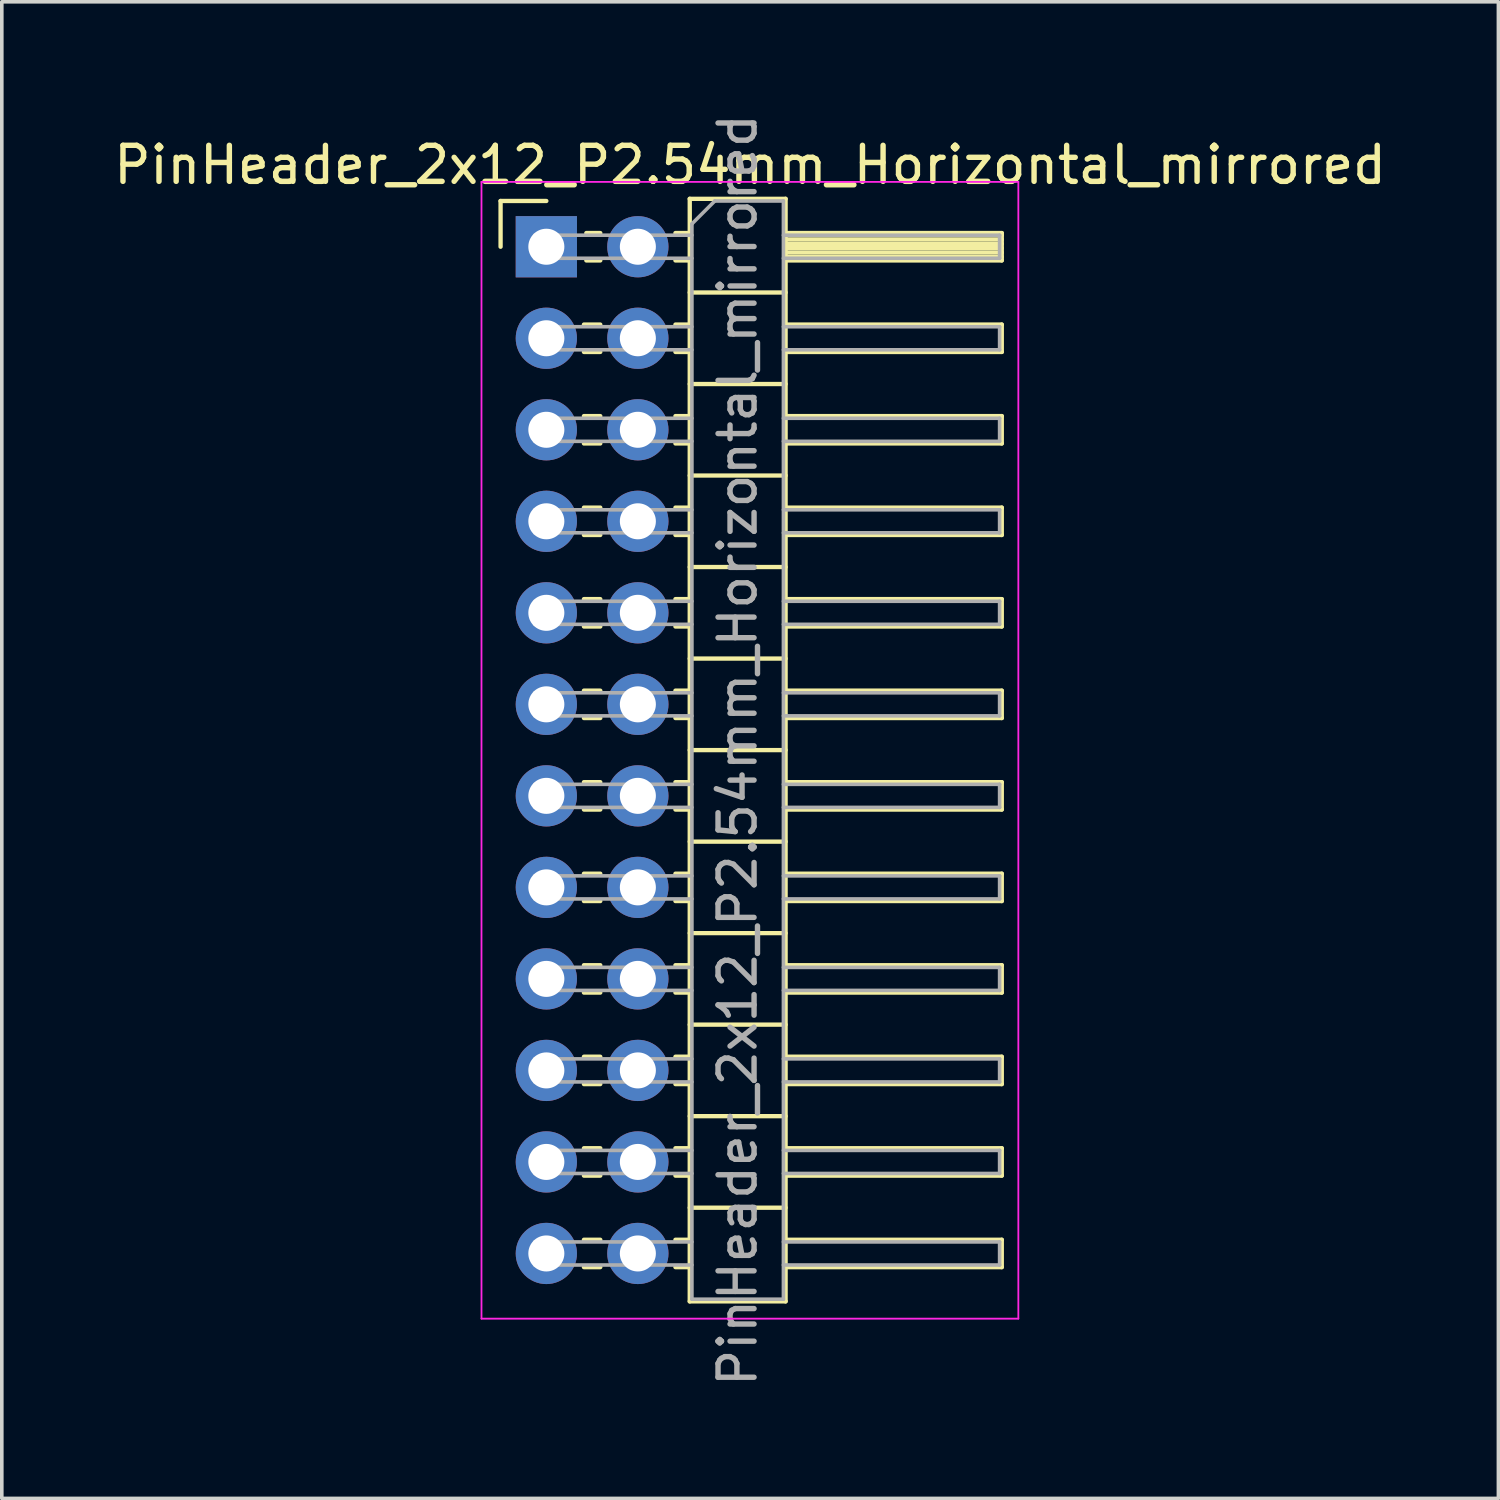
<source format=kicad_pcb>
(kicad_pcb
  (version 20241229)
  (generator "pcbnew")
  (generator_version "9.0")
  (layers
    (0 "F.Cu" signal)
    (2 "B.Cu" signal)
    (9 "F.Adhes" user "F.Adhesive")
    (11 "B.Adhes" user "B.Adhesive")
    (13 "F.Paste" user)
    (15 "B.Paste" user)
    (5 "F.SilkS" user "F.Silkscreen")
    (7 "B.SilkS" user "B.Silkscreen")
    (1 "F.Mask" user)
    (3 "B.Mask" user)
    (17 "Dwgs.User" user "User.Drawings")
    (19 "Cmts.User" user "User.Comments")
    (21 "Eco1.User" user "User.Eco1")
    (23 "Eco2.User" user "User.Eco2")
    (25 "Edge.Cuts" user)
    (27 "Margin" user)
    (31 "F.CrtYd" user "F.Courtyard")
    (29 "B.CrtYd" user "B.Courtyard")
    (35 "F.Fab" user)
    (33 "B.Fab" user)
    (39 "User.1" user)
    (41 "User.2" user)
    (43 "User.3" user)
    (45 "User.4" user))
  (footprint "PinHeader_2x12_P2.54mm_Horizontal_mirrored"
    (layer "F.Cu")
    (at 12.113 3.798)
    (property "Reference" "PinHeader_2x12_P2.54mm_Horizontal_mirrored" (at 5.655 -2.27 0) (layer "F.SilkS") (effects (font (size 1 1) (thickness 0.15))))
    (attr through_hole)
    (fp_line (start -1.27 -1.27) (end 0 -1.27) (stroke (width 0.12) (type solid)) (layer "F.SilkS"))
    (fp_line (start -1.27 0) (end -1.27 -1.27) (stroke (width 0.12) (type solid)) (layer "F.SilkS"))
    (fp_line (start 1.043 2.16) (end 1.497 2.16) (stroke (width 0.12) (type solid)) (layer "F.SilkS"))
    (fp_line (start 1.043 2.92) (end 1.497 2.92) (stroke (width 0.12) (type solid)) (layer "F.SilkS"))
    (fp_line (start 1.043 4.7) (end 1.497 4.7) (stroke (width 0.12) (type solid)) (layer "F.SilkS"))
    (fp_line (start 1.043 5.46) (end 1.497 5.46) (stroke (width 0.12) (type solid)) (layer "F.SilkS"))
    (fp_line (start 1.043 7.24) (end 1.497 7.24) (stroke (width 0.12) (type solid)) (layer "F.SilkS"))
    (fp_line (start 1.043 8) (end 1.497 8) (stroke (width 0.12) (type solid)) (layer "F.SilkS"))
    (fp_line (start 1.043 9.78) (end 1.497 9.78) (stroke (width 0.12) (type solid)) (layer "F.SilkS"))
    (fp_line (start 1.043 10.54) (end 1.497 10.54) (stroke (width 0.12) (type solid)) (layer "F.SilkS"))
    (fp_line (start 1.043 12.32) (end 1.497 12.32) (stroke (width 0.12) (type solid)) (layer "F.SilkS"))
    (fp_line (start 1.043 13.08) (end 1.497 13.08) (stroke (width 0.12) (type solid)) (layer "F.SilkS"))
    (fp_line (start 1.043 14.86) (end 1.497 14.86) (stroke (width 0.12) (type solid)) (layer "F.SilkS"))
    (fp_line (start 1.043 15.62) (end 1.497 15.62) (stroke (width 0.12) (type solid)) (layer "F.SilkS"))
    (fp_line (start 1.043 17.4) (end 1.497 17.4) (stroke (width 0.12) (type solid)) (layer "F.SilkS"))
    (fp_line (start 1.043 18.16) (end 1.497 18.16) (stroke (width 0.12) (type solid)) (layer "F.SilkS"))
    (fp_line (start 1.043 19.94) (end 1.497 19.94) (stroke (width 0.12) (type solid)) (layer "F.SilkS"))
    (fp_line (start 1.043 20.7) (end 1.497 20.7) (stroke (width 0.12) (type solid)) (layer "F.SilkS"))
    (fp_line (start 1.043 22.48) (end 1.497 22.48) (stroke (width 0.12) (type solid)) (layer "F.SilkS"))
    (fp_line (start 1.043 23.24) (end 1.497 23.24) (stroke (width 0.12) (type solid)) (layer "F.SilkS"))
    (fp_line (start 1.043 25.02) (end 1.497 25.02) (stroke (width 0.12) (type solid)) (layer "F.SilkS"))
    (fp_line (start 1.043 25.78) (end 1.497 25.78) (stroke (width 0.12) (type solid)) (layer "F.SilkS"))
    (fp_line (start 1.043 27.56) (end 1.497 27.56) (stroke (width 0.12) (type solid)) (layer "F.SilkS"))
    (fp_line (start 1.043 28.32) (end 1.497 28.32) (stroke (width 0.12) (type solid)) (layer "F.SilkS"))
    (fp_line (start 1.11 -0.38) (end 1.497 -0.38) (stroke (width 0.12) (type solid)) (layer "F.SilkS"))
    (fp_line (start 1.11 0.38) (end 1.497 0.38) (stroke (width 0.12) (type solid)) (layer "F.SilkS"))
    (fp_line (start 3.583 -0.38) (end 3.98 -0.38) (stroke (width 0.12) (type solid)) (layer "F.SilkS"))
    (fp_line (start 3.583 0.38) (end 3.98 0.38) (stroke (width 0.12) (type solid)) (layer "F.SilkS"))
    (fp_line (start 3.583 2.16) (end 3.98 2.16) (stroke (width 0.12) (type solid)) (layer "F.SilkS"))
    (fp_line (start 3.583 2.92) (end 3.98 2.92) (stroke (width 0.12) (type solid)) (layer "F.SilkS"))
    (fp_line (start 3.583 4.7) (end 3.98 4.7) (stroke (width 0.12) (type solid)) (layer "F.SilkS"))
    (fp_line (start 3.583 5.46) (end 3.98 5.46) (stroke (width 0.12) (type solid)) (layer "F.SilkS"))
    (fp_line (start 3.583 7.24) (end 3.98 7.24) (stroke (width 0.12) (type solid)) (layer "F.SilkS"))
    (fp_line (start 3.583 8) (end 3.98 8) (stroke (width 0.12) (type solid)) (layer "F.SilkS"))
    (fp_line (start 3.583 9.78) (end 3.98 9.78) (stroke (width 0.12) (type solid)) (layer "F.SilkS"))
    (fp_line (start 3.583 10.54) (end 3.98 10.54) (stroke (width 0.12) (type solid)) (layer "F.SilkS"))
    (fp_line (start 3.583 12.32) (end 3.98 12.32) (stroke (width 0.12) (type solid)) (layer "F.SilkS"))
    (fp_line (start 3.583 13.08) (end 3.98 13.08) (stroke (width 0.12) (type solid)) (layer "F.SilkS"))
    (fp_line (start 3.583 14.86) (end 3.98 14.86) (stroke (width 0.12) (type solid)) (layer "F.SilkS"))
    (fp_line (start 3.583 15.62) (end 3.98 15.62) (stroke (width 0.12) (type solid)) (layer "F.SilkS"))
    (fp_line (start 3.583 17.4) (end 3.98 17.4) (stroke (width 0.12) (type solid)) (layer "F.SilkS"))
    (fp_line (start 3.583 18.16) (end 3.98 18.16) (stroke (width 0.12) (type solid)) (layer "F.SilkS"))
    (fp_line (start 3.583 19.94) (end 3.98 19.94) (stroke (width 0.12) (type solid)) (layer "F.SilkS"))
    (fp_line (start 3.583 20.7) (end 3.98 20.7) (stroke (width 0.12) (type solid)) (layer "F.SilkS"))
    (fp_line (start 3.583 22.48) (end 3.98 22.48) (stroke (width 0.12) (type solid)) (layer "F.SilkS"))
    (fp_line (start 3.583 23.24) (end 3.98 23.24) (stroke (width 0.12) (type solid)) (layer "F.SilkS"))
    (fp_line (start 3.583 25.02) (end 3.98 25.02) (stroke (width 0.12) (type solid)) (layer "F.SilkS"))
    (fp_line (start 3.583 25.78) (end 3.98 25.78) (stroke (width 0.12) (type solid)) (layer "F.SilkS"))
    (fp_line (start 3.583 27.56) (end 3.98 27.56) (stroke (width 0.12) (type solid)) (layer "F.SilkS"))
    (fp_line (start 3.583 28.32) (end 3.98 28.32) (stroke (width 0.12) (type solid)) (layer "F.SilkS"))
    (fp_line (start 3.98 -1.33) (end 3.98 29.27) (stroke (width 0.12) (type solid)) (layer "F.SilkS"))
    (fp_line (start 3.98 1.27) (end 6.64 1.27) (stroke (width 0.12) (type solid)) (layer "F.SilkS"))
    (fp_line (start 3.98 3.81) (end 6.64 3.81) (stroke (width 0.12) (type solid)) (layer "F.SilkS"))
    (fp_line (start 3.98 6.35) (end 6.64 6.35) (stroke (width 0.12) (type solid)) (layer "F.SilkS"))
    (fp_line (start 3.98 8.89) (end 6.64 8.89) (stroke (width 0.12) (type solid)) (layer "F.SilkS"))
    (fp_line (start 3.98 11.43) (end 6.64 11.43) (stroke (width 0.12) (type solid)) (layer "F.SilkS"))
    (fp_line (start 3.98 13.97) (end 6.64 13.97) (stroke (width 0.12) (type solid)) (layer "F.SilkS"))
    (fp_line (start 3.98 16.51) (end 6.64 16.51) (stroke (width 0.12) (type solid)) (layer "F.SilkS"))
    (fp_line (start 3.98 19.05) (end 6.64 19.05) (stroke (width 0.12) (type solid)) (layer "F.SilkS"))
    (fp_line (start 3.98 21.59) (end 6.64 21.59) (stroke (width 0.12) (type solid)) (layer "F.SilkS"))
    (fp_line (start 3.98 24.13) (end 6.64 24.13) (stroke (width 0.12) (type solid)) (layer "F.SilkS"))
    (fp_line (start 3.98 26.67) (end 6.64 26.67) (stroke (width 0.12) (type solid)) (layer "F.SilkS"))
    (fp_line (start 3.98 29.27) (end 6.64 29.27) (stroke (width 0.12) (type solid)) (layer "F.SilkS"))
    (fp_line (start 6.64 -1.33) (end 3.98 -1.33) (stroke (width 0.12) (type solid)) (layer "F.SilkS"))
    (fp_line (start 6.64 -0.38) (end 12.64 -0.38) (stroke (width 0.12) (type solid)) (layer "F.SilkS"))
    (fp_line (start 6.64 -0.32) (end 12.64 -0.32) (stroke (width 0.12) (type solid)) (layer "F.SilkS"))
    (fp_line (start 6.64 -0.2) (end 12.64 -0.2) (stroke (width 0.12) (type solid)) (layer "F.SilkS"))
    (fp_line (start 6.64 -0.08) (end 12.64 -0.08) (stroke (width 0.12) (type solid)) (layer "F.SilkS"))
    (fp_line (start 6.64 0.04) (end 12.64 0.04) (stroke (width 0.12) (type solid)) (layer "F.SilkS"))
    (fp_line (start 6.64 0.16) (end 12.64 0.16) (stroke (width 0.12) (type solid)) (layer "F.SilkS"))
    (fp_line (start 6.64 0.28) (end 12.64 0.28) (stroke (width 0.12) (type solid)) (layer "F.SilkS"))
    (fp_line (start 6.64 2.16) (end 12.64 2.16) (stroke (width 0.12) (type solid)) (layer "F.SilkS"))
    (fp_line (start 6.64 4.7) (end 12.64 4.7) (stroke (width 0.12) (type solid)) (layer "F.SilkS"))
    (fp_line (start 6.64 7.24) (end 12.64 7.24) (stroke (width 0.12) (type solid)) (layer "F.SilkS"))
    (fp_line (start 6.64 9.78) (end 12.64 9.78) (stroke (width 0.12) (type solid)) (layer "F.SilkS"))
    (fp_line (start 6.64 12.32) (end 12.64 12.32) (stroke (width 0.12) (type solid)) (layer "F.SilkS"))
    (fp_line (start 6.64 14.86) (end 12.64 14.86) (stroke (width 0.12) (type solid)) (layer "F.SilkS"))
    (fp_line (start 6.64 17.4) (end 12.64 17.4) (stroke (width 0.12) (type solid)) (layer "F.SilkS"))
    (fp_line (start 6.64 19.94) (end 12.64 19.94) (stroke (width 0.12) (type solid)) (layer "F.SilkS"))
    (fp_line (start 6.64 22.48) (end 12.64 22.48) (stroke (width 0.12) (type solid)) (layer "F.SilkS"))
    (fp_line (start 6.64 25.02) (end 12.64 25.02) (stroke (width 0.12) (type solid)) (layer "F.SilkS"))
    (fp_line (start 6.64 27.56) (end 12.64 27.56) (stroke (width 0.12) (type solid)) (layer "F.SilkS"))
    (fp_line (start 6.64 29.27) (end 6.64 -1.33) (stroke (width 0.12) (type solid)) (layer "F.SilkS"))
    (fp_line (start 12.64 -0.38) (end 12.64 0.38) (stroke (width 0.12) (type solid)) (layer "F.SilkS"))
    (fp_line (start 12.64 0.38) (end 6.64 0.38) (stroke (width 0.12) (type solid)) (layer "F.SilkS"))
    (fp_line (start 12.64 2.16) (end 12.64 2.92) (stroke (width 0.12) (type solid)) (layer "F.SilkS"))
    (fp_line (start 12.64 2.92) (end 6.64 2.92) (stroke (width 0.12) (type solid)) (layer "F.SilkS"))
    (fp_line (start 12.64 4.7) (end 12.64 5.46) (stroke (width 0.12) (type solid)) (layer "F.SilkS"))
    (fp_line (start 12.64 5.46) (end 6.64 5.46) (stroke (width 0.12) (type solid)) (layer "F.SilkS"))
    (fp_line (start 12.64 7.24) (end 12.64 8) (stroke (width 0.12) (type solid)) (layer "F.SilkS"))
    (fp_line (start 12.64 8) (end 6.64 8) (stroke (width 0.12) (type solid)) (layer "F.SilkS"))
    (fp_line (start 12.64 9.78) (end 12.64 10.54) (stroke (width 0.12) (type solid)) (layer "F.SilkS"))
    (fp_line (start 12.64 10.54) (end 6.64 10.54) (stroke (width 0.12) (type solid)) (layer "F.SilkS"))
    (fp_line (start 12.64 12.32) (end 12.64 13.08) (stroke (width 0.12) (type solid)) (layer "F.SilkS"))
    (fp_line (start 12.64 13.08) (end 6.64 13.08) (stroke (width 0.12) (type solid)) (layer "F.SilkS"))
    (fp_line (start 12.64 14.86) (end 12.64 15.62) (stroke (width 0.12) (type solid)) (layer "F.SilkS"))
    (fp_line (start 12.64 15.62) (end 6.64 15.62) (stroke (width 0.12) (type solid)) (layer "F.SilkS"))
    (fp_line (start 12.64 17.4) (end 12.64 18.16) (stroke (width 0.12) (type solid)) (layer "F.SilkS"))
    (fp_line (start 12.64 18.16) (end 6.64 18.16) (stroke (width 0.12) (type solid)) (layer "F.SilkS"))
    (fp_line (start 12.64 19.94) (end 12.64 20.7) (stroke (width 0.12) (type solid)) (layer "F.SilkS"))
    (fp_line (start 12.64 20.7) (end 6.64 20.7) (stroke (width 0.12) (type solid)) (layer "F.SilkS"))
    (fp_line (start 12.64 22.48) (end 12.64 23.24) (stroke (width 0.12) (type solid)) (layer "F.SilkS"))
    (fp_line (start 12.64 23.24) (end 6.64 23.24) (stroke (width 0.12) (type solid)) (layer "F.SilkS"))
    (fp_line (start 12.64 25.02) (end 12.64 25.78) (stroke (width 0.12) (type solid)) (layer "F.SilkS"))
    (fp_line (start 12.64 25.78) (end 6.64 25.78) (stroke (width 0.12) (type solid)) (layer "F.SilkS"))
    (fp_line (start 12.64 27.56) (end 12.64 28.32) (stroke (width 0.12) (type solid)) (layer "F.SilkS"))
    (fp_line (start 12.64 28.32) (end 6.64 28.32) (stroke (width 0.12) (type solid)) (layer "F.SilkS"))
    (fp_line (start -1.8 -1.8) (end -1.8 29.75) (stroke (width 0.05) (type solid)) (layer "F.CrtYd"))
    (fp_line (start -1.8 29.75) (end 13.1 29.75) (stroke (width 0.05) (type solid)) (layer "F.CrtYd"))
    (fp_line (start 13.1 -1.8) (end -1.8 -1.8) (stroke (width 0.05) (type solid)) (layer "F.CrtYd"))
    (fp_line (start 13.1 29.75) (end 13.1 -1.8) (stroke (width 0.05) (type solid)) (layer "F.CrtYd"))
    (fp_line (start -0.32 -0.32) (end -0.32 0.32) (stroke (width 0.1) (type solid)) (layer "F.Fab"))
    (fp_line (start -0.32 -0.32) (end 4.04 -0.32) (stroke (width 0.1) (type solid)) (layer "F.Fab"))
    (fp_line (start -0.32 0.32) (end 4.04 0.32) (stroke (width 0.1) (type solid)) (layer "F.Fab"))
    (fp_line (start -0.32 2.22) (end -0.32 2.86) (stroke (width 0.1) (type solid)) (layer "F.Fab"))
    (fp_line (start -0.32 2.22) (end 4.04 2.22) (stroke (width 0.1) (type solid)) (layer "F.Fab"))
    (fp_line (start -0.32 2.86) (end 4.04 2.86) (stroke (width 0.1) (type solid)) (layer "F.Fab"))
    (fp_line (start -0.32 4.76) (end -0.32 5.4) (stroke (width 0.1) (type solid)) (layer "F.Fab"))
    (fp_line (start -0.32 4.76) (end 4.04 4.76) (stroke (width 0.1) (type solid)) (layer "F.Fab"))
    (fp_line (start -0.32 5.4) (end 4.04 5.4) (stroke (width 0.1) (type solid)) (layer "F.Fab"))
    (fp_line (start -0.32 7.3) (end -0.32 7.94) (stroke (width 0.1) (type solid)) (layer "F.Fab"))
    (fp_line (start -0.32 7.3) (end 4.04 7.3) (stroke (width 0.1) (type solid)) (layer "F.Fab"))
    (fp_line (start -0.32 7.94) (end 4.04 7.94) (stroke (width 0.1) (type solid)) (layer "F.Fab"))
    (fp_line (start -0.32 9.84) (end -0.32 10.48) (stroke (width 0.1) (type solid)) (layer "F.Fab"))
    (fp_line (start -0.32 9.84) (end 4.04 9.84) (stroke (width 0.1) (type solid)) (layer "F.Fab"))
    (fp_line (start -0.32 10.48) (end 4.04 10.48) (stroke (width 0.1) (type solid)) (layer "F.Fab"))
    (fp_line (start -0.32 12.38) (end -0.32 13.02) (stroke (width 0.1) (type solid)) (layer "F.Fab"))
    (fp_line (start -0.32 12.38) (end 4.04 12.38) (stroke (width 0.1) (type solid)) (layer "F.Fab"))
    (fp_line (start -0.32 13.02) (end 4.04 13.02) (stroke (width 0.1) (type solid)) (layer "F.Fab"))
    (fp_line (start -0.32 14.92) (end -0.32 15.56) (stroke (width 0.1) (type solid)) (layer "F.Fab"))
    (fp_line (start -0.32 14.92) (end 4.04 14.92) (stroke (width 0.1) (type solid)) (layer "F.Fab"))
    (fp_line (start -0.32 15.56) (end 4.04 15.56) (stroke (width 0.1) (type solid)) (layer "F.Fab"))
    (fp_line (start -0.32 17.46) (end -0.32 18.1) (stroke (width 0.1) (type solid)) (layer "F.Fab"))
    (fp_line (start -0.32 17.46) (end 4.04 17.46) (stroke (width 0.1) (type solid)) (layer "F.Fab"))
    (fp_line (start -0.32 18.1) (end 4.04 18.1) (stroke (width 0.1) (type solid)) (layer "F.Fab"))
    (fp_line (start -0.32 20) (end -0.32 20.64) (stroke (width 0.1) (type solid)) (layer "F.Fab"))
    (fp_line (start -0.32 20) (end 4.04 20) (stroke (width 0.1) (type solid)) (layer "F.Fab"))
    (fp_line (start -0.32 20.64) (end 4.04 20.64) (stroke (width 0.1) (type solid)) (layer "F.Fab"))
    (fp_line (start -0.32 22.54) (end -0.32 23.18) (stroke (width 0.1) (type solid)) (layer "F.Fab"))
    (fp_line (start -0.32 22.54) (end 4.04 22.54) (stroke (width 0.1) (type solid)) (layer "F.Fab"))
    (fp_line (start -0.32 23.18) (end 4.04 23.18) (stroke (width 0.1) (type solid)) (layer "F.Fab"))
    (fp_line (start -0.32 25.08) (end -0.32 25.72) (stroke (width 0.1) (type solid)) (layer "F.Fab"))
    (fp_line (start -0.32 25.08) (end 4.04 25.08) (stroke (width 0.1) (type solid)) (layer "F.Fab"))
    (fp_line (start -0.32 25.72) (end 4.04 25.72) (stroke (width 0.1) (type solid)) (layer "F.Fab"))
    (fp_line (start -0.32 27.62) (end -0.32 28.26) (stroke (width 0.1) (type solid)) (layer "F.Fab"))
    (fp_line (start -0.32 27.62) (end 4.04 27.62) (stroke (width 0.1) (type solid)) (layer "F.Fab"))
    (fp_line (start -0.32 28.26) (end 4.04 28.26) (stroke (width 0.1) (type solid)) (layer "F.Fab"))
    (fp_line (start 4.04 -0.635) (end 4.675 -1.27) (stroke (width 0.1) (type solid)) (layer "F.Fab"))
    (fp_line (start 4.04 29.21) (end 4.04 -0.635) (stroke (width 0.1) (type solid)) (layer "F.Fab"))
    (fp_line (start 4.675 -1.27) (end 6.58 -1.27) (stroke (width 0.1) (type solid)) (layer "F.Fab"))
    (fp_line (start 6.58 -1.27) (end 6.58 29.21) (stroke (width 0.1) (type solid)) (layer "F.Fab"))
    (fp_line (start 6.58 -0.32) (end 12.58 -0.32) (stroke (width 0.1) (type solid)) (layer "F.Fab"))
    (fp_line (start 6.58 0.32) (end 12.58 0.32) (stroke (width 0.1) (type solid)) (layer "F.Fab"))
    (fp_line (start 6.58 2.22) (end 12.58 2.22) (stroke (width 0.1) (type solid)) (layer "F.Fab"))
    (fp_line (start 6.58 2.86) (end 12.58 2.86) (stroke (width 0.1) (type solid)) (layer "F.Fab"))
    (fp_line (start 6.58 4.76) (end 12.58 4.76) (stroke (width 0.1) (type solid)) (layer "F.Fab"))
    (fp_line (start 6.58 5.4) (end 12.58 5.4) (stroke (width 0.1) (type solid)) (layer "F.Fab"))
    (fp_line (start 6.58 7.3) (end 12.58 7.3) (stroke (width 0.1) (type solid)) (layer "F.Fab"))
    (fp_line (start 6.58 7.94) (end 12.58 7.94) (stroke (width 0.1) (type solid)) (layer "F.Fab"))
    (fp_line (start 6.58 9.84) (end 12.58 9.84) (stroke (width 0.1) (type solid)) (layer "F.Fab"))
    (fp_line (start 6.58 10.48) (end 12.58 10.48) (stroke (width 0.1) (type solid)) (layer "F.Fab"))
    (fp_line (start 6.58 12.38) (end 12.58 12.38) (stroke (width 0.1) (type solid)) (layer "F.Fab"))
    (fp_line (start 6.58 13.02) (end 12.58 13.02) (stroke (width 0.1) (type solid)) (layer "F.Fab"))
    (fp_line (start 6.58 14.92) (end 12.58 14.92) (stroke (width 0.1) (type solid)) (layer "F.Fab"))
    (fp_line (start 6.58 15.56) (end 12.58 15.56) (stroke (width 0.1) (type solid)) (layer "F.Fab"))
    (fp_line (start 6.58 17.46) (end 12.58 17.46) (stroke (width 0.1) (type solid)) (layer "F.Fab"))
    (fp_line (start 6.58 18.1) (end 12.58 18.1) (stroke (width 0.1) (type solid)) (layer "F.Fab"))
    (fp_line (start 6.58 20) (end 12.58 20) (stroke (width 0.1) (type solid)) (layer "F.Fab"))
    (fp_line (start 6.58 20.64) (end 12.58 20.64) (stroke (width 0.1) (type solid)) (layer "F.Fab"))
    (fp_line (start 6.58 22.54) (end 12.58 22.54) (stroke (width 0.1) (type solid)) (layer "F.Fab"))
    (fp_line (start 6.58 23.18) (end 12.58 23.18) (stroke (width 0.1) (type solid)) (layer "F.Fab"))
    (fp_line (start 6.58 25.08) (end 12.58 25.08) (stroke (width 0.1) (type solid)) (layer "F.Fab"))
    (fp_line (start 6.58 25.72) (end 12.58 25.72) (stroke (width 0.1) (type solid)) (layer "F.Fab"))
    (fp_line (start 6.58 27.62) (end 12.58 27.62) (stroke (width 0.1) (type solid)) (layer "F.Fab"))
    (fp_line (start 6.58 28.26) (end 12.58 28.26) (stroke (width 0.1) (type solid)) (layer "F.Fab"))
    (fp_line (start 6.58 29.21) (end 4.04 29.21) (stroke (width 0.1) (type solid)) (layer "F.Fab"))
    (fp_line (start 12.58 -0.32) (end 12.58 0.32) (stroke (width 0.1) (type solid)) (layer "F.Fab"))
    (fp_line (start 12.58 2.22) (end 12.58 2.86) (stroke (width 0.1) (type solid)) (layer "F.Fab"))
    (fp_line (start 12.58 4.76) (end 12.58 5.4) (stroke (width 0.1) (type solid)) (layer "F.Fab"))
    (fp_line (start 12.58 7.3) (end 12.58 7.94) (stroke (width 0.1) (type solid)) (layer "F.Fab"))
    (fp_line (start 12.58 9.84) (end 12.58 10.48) (stroke (width 0.1) (type solid)) (layer "F.Fab"))
    (fp_line (start 12.58 12.38) (end 12.58 13.02) (stroke (width 0.1) (type solid)) (layer "F.Fab"))
    (fp_line (start 12.58 14.92) (end 12.58 15.56) (stroke (width 0.1) (type solid)) (layer "F.Fab"))
    (fp_line (start 12.58 17.46) (end 12.58 18.1) (stroke (width 0.1) (type solid)) (layer "F.Fab"))
    (fp_line (start 12.58 20) (end 12.58 20.64) (stroke (width 0.1) (type solid)) (layer "F.Fab"))
    (fp_line (start 12.58 22.54) (end 12.58 23.18) (stroke (width 0.1) (type solid)) (layer "F.Fab"))
    (fp_line (start 12.58 25.08) (end 12.58 25.72) (stroke (width 0.1) (type solid)) (layer "F.Fab"))
    (fp_line (start 12.58 27.62) (end 12.58 28.26) (stroke (width 0.1) (type solid)) (layer "F.Fab"))
    (fp_text user "${REFERENCE}" (at 5.31 13.97 90) (layer "F.Fab") (effects (font (size 1 1) (thickness 0.15))))
    (pad "1" thru_hole rect (at 0 0) (size 1.7 1.7) (drill 1) (layers "*.Cu" "*.Mask"))
    (pad "2" thru_hole oval (at 2.54 0) (size 1.7 1.7) (drill 1) (layers "*.Cu" "*.Mask"))
    (pad "3" thru_hole oval (at 0 2.54) (size 1.7 1.7) (drill 1) (layers "*.Cu" "*.Mask"))
    (pad "4" thru_hole oval (at 2.54 2.54) (size 1.7 1.7) (drill 1) (layers "*.Cu" "*.Mask"))
    (pad "5" thru_hole oval (at 0 5.08) (size 1.7 1.7) (drill 1) (layers "*.Cu" "*.Mask"))
    (pad "6" thru_hole oval (at 2.54 5.08) (size 1.7 1.7) (drill 1) (layers "*.Cu" "*.Mask"))
    (pad "7" thru_hole oval (at 0 7.62) (size 1.7 1.7) (drill 1) (layers "*.Cu" "*.Mask"))
    (pad "8" thru_hole oval (at 2.54 7.62) (size 1.7 1.7) (drill 1) (layers "*.Cu" "*.Mask"))
    (pad "9" thru_hole oval (at 0 10.16) (size 1.7 1.7) (drill 1) (layers "*.Cu" "*.Mask"))
    (pad "10" thru_hole oval (at 2.54 10.16) (size 1.7 1.7) (drill 1) (layers "*.Cu" "*.Mask"))
    (pad "11" thru_hole oval (at 0 12.7) (size 1.7 1.7) (drill 1) (layers "*.Cu" "*.Mask"))
    (pad "12" thru_hole oval (at 2.54 12.7) (size 1.7 1.7) (drill 1) (layers "*.Cu" "*.Mask"))
    (pad "13" thru_hole oval (at 0 15.24) (size 1.7 1.7) (drill 1) (layers "*.Cu" "*.Mask"))
    (pad "14" thru_hole oval (at 2.54 15.24) (size 1.7 1.7) (drill 1) (layers "*.Cu" "*.Mask"))
    (pad "15" thru_hole oval (at 0 17.78) (size 1.7 1.7) (drill 1) (layers "*.Cu" "*.Mask"))
    (pad "16" thru_hole oval (at 2.54 17.78) (size 1.7 1.7) (drill 1) (layers "*.Cu" "*.Mask"))
    (pad "17" thru_hole oval (at 0 20.32) (size 1.7 1.7) (drill 1) (layers "*.Cu" "*.Mask"))
    (pad "18" thru_hole oval (at 2.54 20.32) (size 1.7 1.7) (drill 1) (layers "*.Cu" "*.Mask"))
    (pad "19" thru_hole oval (at 0 22.86) (size 1.7 1.7) (drill 1) (layers "*.Cu" "*.Mask"))
    (pad "20" thru_hole oval (at 2.54 22.86) (size 1.7 1.7) (drill 1) (layers "*.Cu" "*.Mask"))
    (pad "21" thru_hole oval (at 0 25.4) (size 1.7 1.7) (drill 1) (layers "*.Cu" "*.Mask"))
    (pad "22" thru_hole oval (at 2.54 25.4) (size 1.7 1.7) (drill 1) (layers "*.Cu" "*.Mask"))
    (pad "23" thru_hole oval (at 0 27.94) (size 1.7 1.7) (drill 1) (layers "*.Cu" "*.Mask"))
    (pad "24" thru_hole oval (at 2.54 27.94) (size 1.7 1.7) (drill 1) (layers "*.Cu" "*.Mask")))
  (gr_rect
    (start -3 -3)
    (end 38.536 38.536)
    (stroke (width 0.1) (type default))
    (fill no)
    (layer "Edge.Cuts")))
</source>
